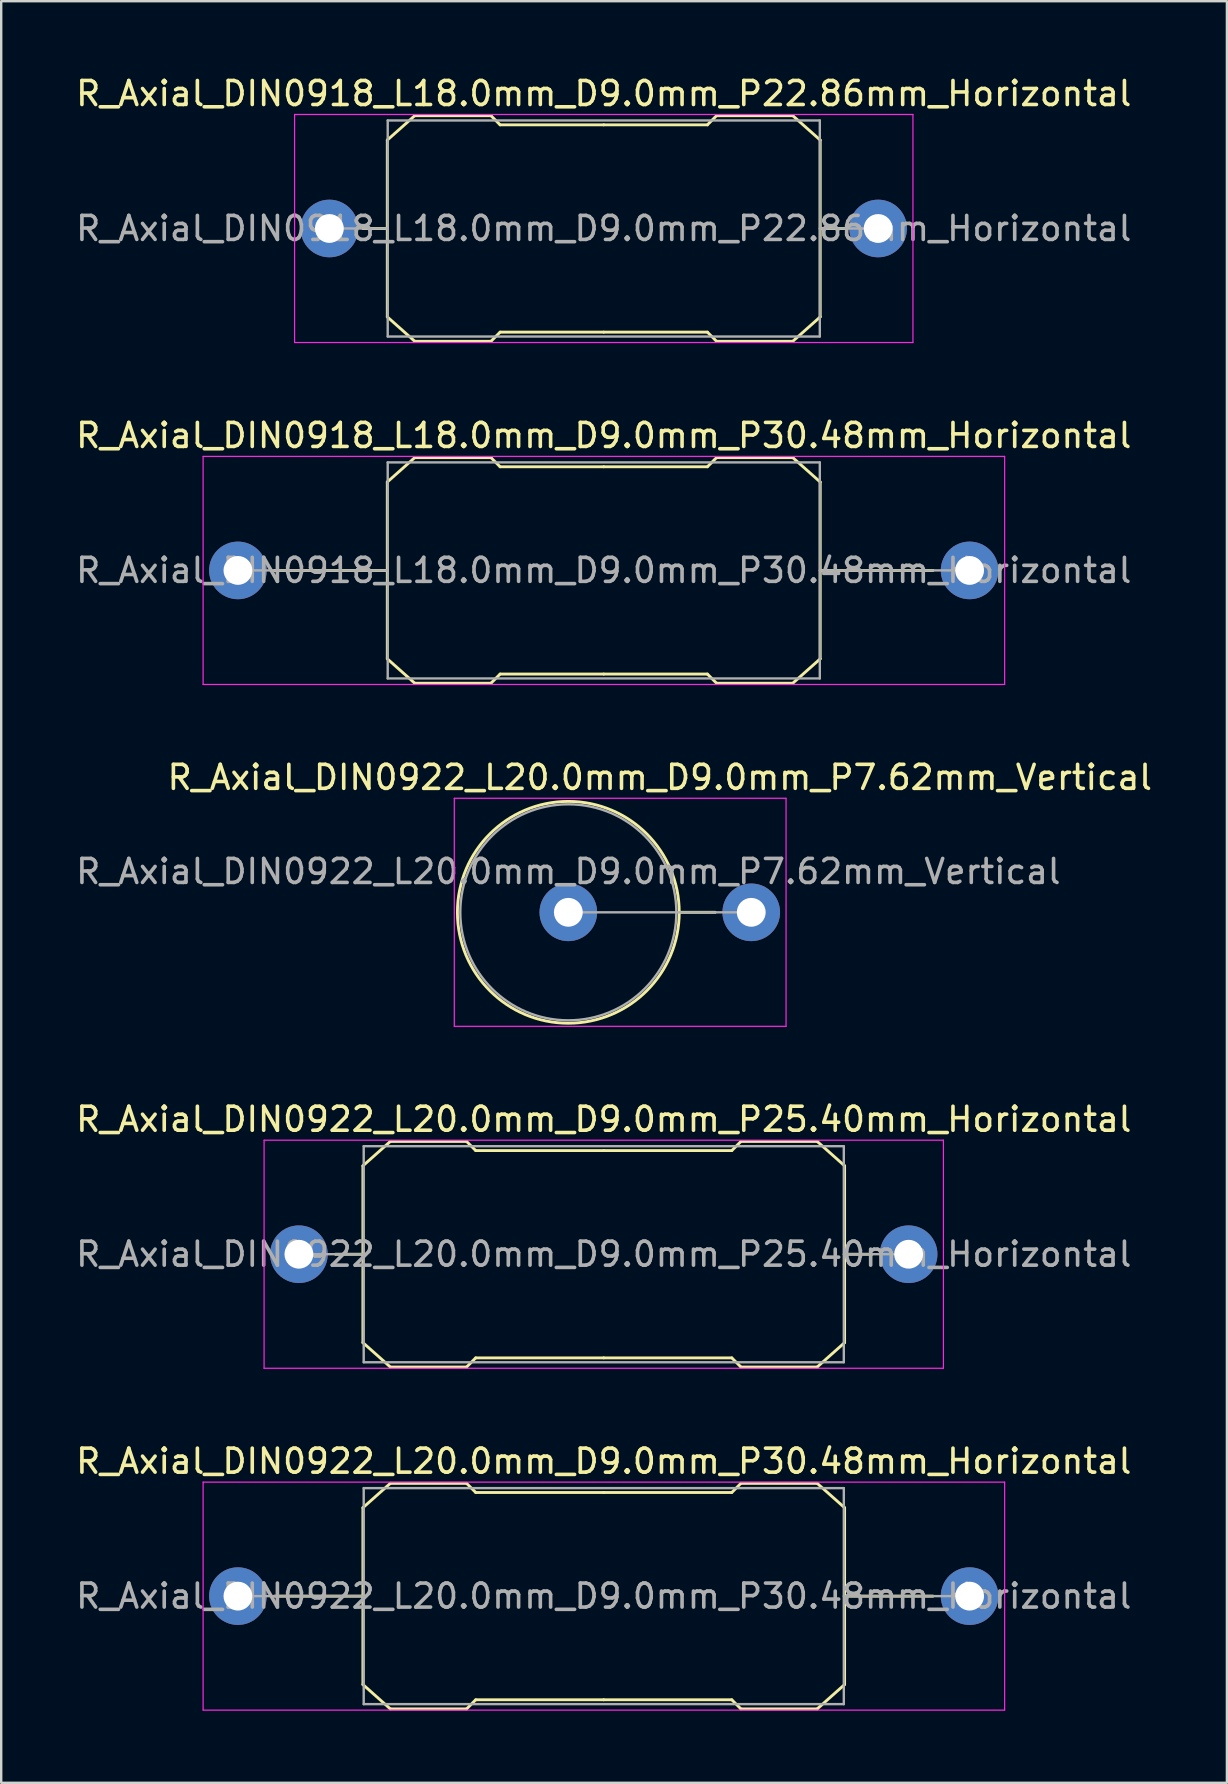
<source format=kicad_pcb>
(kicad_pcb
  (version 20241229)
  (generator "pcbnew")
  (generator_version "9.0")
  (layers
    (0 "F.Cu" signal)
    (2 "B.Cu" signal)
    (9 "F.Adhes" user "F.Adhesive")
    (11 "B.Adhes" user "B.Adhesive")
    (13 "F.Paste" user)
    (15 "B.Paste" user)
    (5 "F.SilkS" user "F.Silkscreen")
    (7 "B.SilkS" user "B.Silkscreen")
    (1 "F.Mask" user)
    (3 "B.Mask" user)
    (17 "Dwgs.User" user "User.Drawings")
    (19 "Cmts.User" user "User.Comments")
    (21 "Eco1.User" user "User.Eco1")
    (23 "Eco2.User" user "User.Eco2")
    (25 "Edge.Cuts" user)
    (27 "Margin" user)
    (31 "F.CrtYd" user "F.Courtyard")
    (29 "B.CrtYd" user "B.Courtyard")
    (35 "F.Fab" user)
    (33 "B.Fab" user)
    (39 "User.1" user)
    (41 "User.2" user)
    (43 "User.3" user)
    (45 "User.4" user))
  (footprint "R_Axial_DIN0922_L20.0mm_D9.0mm_P30.48mm_Horizontal"
    (layer "F.Cu")
    (at 6.861 63.441)
    (property "Reference" "R_Axial_DIN0922_L20.0mm_D9.0mm_P30.48mm_Horizontal" (at 15.24 -5.62 0) (layer "F.SilkS") (effects (font (size 1 1) (thickness 0.15))))
    (attr through_hole)
    (fp_line (start 5.207 -3.683) (end 5.207 3.683) (stroke (width 0.12) (type solid)) (layer "F.SilkS"))
    (fp_line (start 5.207 -3.683) (end 6.35 -4.699) (stroke (width 0.12) (type solid)) (layer "F.SilkS"))
    (fp_line (start 5.207 0) (end 1.524 0) (stroke (width 0.12) (type solid)) (layer "F.SilkS"))
    (fp_line (start 5.207 3.683) (end 6.35 4.699) (stroke (width 0.12) (type solid)) (layer "F.SilkS"))
    (fp_line (start 6.35 -4.699) (end 9.525 -4.699) (stroke (width 0.12) (type solid)) (layer "F.SilkS"))
    (fp_line (start 6.35 4.699) (end 9.525 4.699) (stroke (width 0.12) (type solid)) (layer "F.SilkS"))
    (fp_line (start 9.525 -4.699) (end 9.906 -4.318) (stroke (width 0.12) (type solid)) (layer "F.SilkS"))
    (fp_line (start 9.525 4.699) (end 9.906 4.318) (stroke (width 0.12) (type solid)) (layer "F.SilkS"))
    (fp_line (start 9.906 -4.318) (end 15.24 -4.318) (stroke (width 0.12) (type solid)) (layer "F.SilkS"))
    (fp_line (start 9.906 4.318) (end 15.24 4.318) (stroke (width 0.12) (type solid)) (layer "F.SilkS"))
    (fp_line (start 20.574 -4.318) (end 15.24 -4.318) (stroke (width 0.12) (type solid)) (layer "F.SilkS"))
    (fp_line (start 20.574 4.318) (end 15.24 4.318) (stroke (width 0.12) (type solid)) (layer "F.SilkS"))
    (fp_line (start 20.955 -4.699) (end 20.574 -4.318) (stroke (width 0.12) (type solid)) (layer "F.SilkS"))
    (fp_line (start 20.955 4.699) (end 20.574 4.318) (stroke (width 0.12) (type solid)) (layer "F.SilkS"))
    (fp_line (start 24.13 -4.699) (end 20.955 -4.699) (stroke (width 0.12) (type solid)) (layer "F.SilkS"))
    (fp_line (start 24.13 4.699) (end 20.955 4.699) (stroke (width 0.12) (type solid)) (layer "F.SilkS"))
    (fp_line (start 25.273 -3.683) (end 24.13 -4.699) (stroke (width 0.12) (type solid)) (layer "F.SilkS"))
    (fp_line (start 25.273 -3.683) (end 25.273 3.683) (stroke (width 0.12) (type solid)) (layer "F.SilkS"))
    (fp_line (start 25.273 0) (end 28.956 0) (stroke (width 0.12) (type solid)) (layer "F.SilkS"))
    (fp_line (start 25.273 3.683) (end 24.13 4.699) (stroke (width 0.12) (type solid)) (layer "F.SilkS"))
    (fp_line (start -1.45 -4.75) (end -1.45 4.75) (stroke (width 0.05) (type solid)) (layer "F.CrtYd"))
    (fp_line (start -1.45 4.75) (end 31.94 4.75) (stroke (width 0.05) (type solid)) (layer "F.CrtYd"))
    (fp_line (start 31.94 -4.75) (end -1.45 -4.75) (stroke (width 0.05) (type solid)) (layer "F.CrtYd"))
    (fp_line (start 31.94 4.75) (end 31.94 -4.75) (stroke (width 0.05) (type solid)) (layer "F.CrtYd"))
    (fp_line (start 0 0) (end 5.24 0) (stroke (width 0.1) (type solid)) (layer "F.Fab"))
    (fp_line (start 5.24 -4.5) (end 5.24 4.5) (stroke (width 0.1) (type solid)) (layer "F.Fab"))
    (fp_line (start 5.24 4.5) (end 25.24 4.5) (stroke (width 0.1) (type solid)) (layer "F.Fab"))
    (fp_line (start 25.24 -4.5) (end 5.24 -4.5) (stroke (width 0.1) (type solid)) (layer "F.Fab"))
    (fp_line (start 25.24 4.5) (end 25.24 -4.5) (stroke (width 0.1) (type solid)) (layer "F.Fab"))
    (fp_line (start 30.48 0) (end 25.24 0) (stroke (width 0.1) (type solid)) (layer "F.Fab"))
    (fp_text user "${REFERENCE}" (at 15.24 0 0) (layer "F.Fab") (effects (font (size 1 1) (thickness 0.15))))
    (pad "1" thru_hole circle (at 0 0) (size 2.4 2.4) (drill 1.2) (layers "*.Cu" "*.Mask"))
    (pad "2" thru_hole oval (at 30.48 0) (size 2.4 2.4) (drill 1.2) (layers "*.Cu" "*.Mask")))
  (footprint "R_Axial_DIN0922_L20.0mm_D9.0mm_P25.40mm_Horizontal"
    (layer "F.Cu")
    (at 9.401 49.198)
    (property "Reference" "R_Axial_DIN0922_L20.0mm_D9.0mm_P25.40mm_Horizontal" (at 12.7 -5.62 0) (layer "F.SilkS") (effects (font (size 1 1) (thickness 0.15))))
    (attr through_hole)
    (fp_line (start 2.667 -3.683) (end 2.667 3.683) (stroke (width 0.12) (type solid)) (layer "F.SilkS"))
    (fp_line (start 2.667 -3.683) (end 3.81 -4.699) (stroke (width 0.12) (type solid)) (layer "F.SilkS"))
    (fp_line (start 2.667 0) (end 1.524 0) (stroke (width 0.12) (type solid)) (layer "F.SilkS"))
    (fp_line (start 2.667 3.683) (end 3.81 4.699) (stroke (width 0.12) (type solid)) (layer "F.SilkS"))
    (fp_line (start 3.81 -4.699) (end 6.985 -4.699) (stroke (width 0.12) (type solid)) (layer "F.SilkS"))
    (fp_line (start 3.81 4.699) (end 6.985 4.699) (stroke (width 0.12) (type solid)) (layer "F.SilkS"))
    (fp_line (start 6.985 -4.699) (end 7.366 -4.318) (stroke (width 0.12) (type solid)) (layer "F.SilkS"))
    (fp_line (start 6.985 4.699) (end 7.366 4.318) (stroke (width 0.12) (type solid)) (layer "F.SilkS"))
    (fp_line (start 7.366 -4.318) (end 12.7 -4.318) (stroke (width 0.12) (type solid)) (layer "F.SilkS"))
    (fp_line (start 7.366 4.318) (end 12.7 4.318) (stroke (width 0.12) (type solid)) (layer "F.SilkS"))
    (fp_line (start 18.034 -4.318) (end 12.7 -4.318) (stroke (width 0.12) (type solid)) (layer "F.SilkS"))
    (fp_line (start 18.034 4.318) (end 12.7 4.318) (stroke (width 0.12) (type solid)) (layer "F.SilkS"))
    (fp_line (start 18.415 -4.699) (end 18.034 -4.318) (stroke (width 0.12) (type solid)) (layer "F.SilkS"))
    (fp_line (start 18.415 4.699) (end 18.034 4.318) (stroke (width 0.12) (type solid)) (layer "F.SilkS"))
    (fp_line (start 21.59 -4.699) (end 18.415 -4.699) (stroke (width 0.12) (type solid)) (layer "F.SilkS"))
    (fp_line (start 21.59 4.699) (end 18.415 4.699) (stroke (width 0.12) (type solid)) (layer "F.SilkS"))
    (fp_line (start 22.733 -3.683) (end 21.59 -4.699) (stroke (width 0.12) (type solid)) (layer "F.SilkS"))
    (fp_line (start 22.733 -3.683) (end 22.733 3.683) (stroke (width 0.12) (type solid)) (layer "F.SilkS"))
    (fp_line (start 22.733 0) (end 23.876 0) (stroke (width 0.12) (type solid)) (layer "F.SilkS"))
    (fp_line (start 22.733 3.683) (end 21.59 4.699) (stroke (width 0.12) (type solid)) (layer "F.SilkS"))
    (fp_line (start -1.45 -4.75) (end -1.45 4.75) (stroke (width 0.05) (type solid)) (layer "F.CrtYd"))
    (fp_line (start -1.45 4.75) (end 26.85 4.75) (stroke (width 0.05) (type solid)) (layer "F.CrtYd"))
    (fp_line (start 26.85 -4.75) (end -1.45 -4.75) (stroke (width 0.05) (type solid)) (layer "F.CrtYd"))
    (fp_line (start 26.85 4.75) (end 26.85 -4.75) (stroke (width 0.05) (type solid)) (layer "F.CrtYd"))
    (fp_line (start 0 0) (end 2.7 0) (stroke (width 0.1) (type solid)) (layer "F.Fab"))
    (fp_line (start 2.7 -4.5) (end 2.7 4.5) (stroke (width 0.1) (type solid)) (layer "F.Fab"))
    (fp_line (start 2.7 4.5) (end 22.7 4.5) (stroke (width 0.1) (type solid)) (layer "F.Fab"))
    (fp_line (start 22.7 -4.5) (end 2.7 -4.5) (stroke (width 0.1) (type solid)) (layer "F.Fab"))
    (fp_line (start 22.7 4.5) (end 22.7 -4.5) (stroke (width 0.1) (type solid)) (layer "F.Fab"))
    (fp_line (start 25.4 0) (end 22.7 0) (stroke (width 0.1) (type solid)) (layer "F.Fab"))
    (fp_text user "${REFERENCE}" (at 12.7 0 0) (layer "F.Fab") (effects (font (size 1 1) (thickness 0.15))))
    (pad "1" thru_hole circle (at 0 0) (size 2.4 2.4) (drill 1.2) (layers "*.Cu" "*.Mask"))
    (pad "2" thru_hole oval (at 25.4 0) (size 2.4 2.4) (drill 1.2) (layers "*.Cu" "*.Mask")))
  (footprint "R_Axial_DIN0922_L20.0mm_D9.0mm_P7.62mm_Vertical"
    (layer "F.Cu")
    (at 20.625 34.955)
    (property "Reference" "R_Axial_DIN0922_L20.0mm_D9.0mm_P7.62mm_Vertical" (at 3.81 -5.62 0) (layer "F.SilkS") (effects (font (size 1 1) (thickness 0.15))))
    (attr through_hole)
    (fp_line (start 4.62 0) (end 6.12 0) (stroke (width 0.12) (type solid)) (layer "F.SilkS"))
    (fp_circle (center 0 0) (end 4.62 0) (stroke (width 0.12) (type solid)) (fill no) (layer "F.SilkS"))
    (fp_line (start -4.75 -4.75) (end -4.75 4.75) (stroke (width 0.05) (type solid)) (layer "F.CrtYd"))
    (fp_line (start -4.75 4.75) (end 9.07 4.75) (stroke (width 0.05) (type solid)) (layer "F.CrtYd"))
    (fp_line (start 9.07 -4.75) (end -4.75 -4.75) (stroke (width 0.05) (type solid)) (layer "F.CrtYd"))
    (fp_line (start 9.07 4.75) (end 9.07 -4.75) (stroke (width 0.05) (type solid)) (layer "F.CrtYd"))
    (fp_line (start 0 0) (end 7.62 0) (stroke (width 0.1) (type solid)) (layer "F.Fab"))
    (fp_circle (center 0 0) (end 4.5 0) (stroke (width 0.1) (type solid)) (fill no) (layer "F.Fab"))
    (fp_text user "${REFERENCE}" (at 0 -1.7 0) (layer "F.Fab") (effects (font (size 1 1) (thickness 0.15))))
    (pad "1" thru_hole circle (at 0 0) (size 2.4 2.4) (drill 1.2) (layers "*.Cu" "*.Mask"))
    (pad "2" thru_hole oval (at 7.62 0) (size 2.4 2.4) (drill 1.2) (layers "*.Cu" "*.Mask")))
  (footprint "R_Axial_DIN0918_L18.0mm_D9.0mm_P30.48mm_Horizontal"
    (layer "F.Cu")
    (at 6.861 20.712)
    (property "Reference" "R_Axial_DIN0918_L18.0mm_D9.0mm_P30.48mm_Horizontal" (at 15.24 -5.62 0) (layer "F.SilkS") (effects (font (size 1 1) (thickness 0.15))))
    (attr through_hole)
    (fp_line (start 6.223 -3.683) (end 6.223 3.683) (stroke (width 0.12) (type solid)) (layer "F.SilkS"))
    (fp_line (start 6.223 -3.683) (end 7.366 -4.699) (stroke (width 0.12) (type solid)) (layer "F.SilkS"))
    (fp_line (start 6.223 0) (end 1.524 0) (stroke (width 0.12) (type solid)) (layer "F.SilkS"))
    (fp_line (start 6.223 3.683) (end 7.366 4.699) (stroke (width 0.12) (type solid)) (layer "F.SilkS"))
    (fp_line (start 7.366 -4.699) (end 10.541 -4.699) (stroke (width 0.12) (type solid)) (layer "F.SilkS"))
    (fp_line (start 7.366 4.699) (end 10.541 4.699) (stroke (width 0.12) (type solid)) (layer "F.SilkS"))
    (fp_line (start 10.541 -4.699) (end 10.922 -4.318) (stroke (width 0.12) (type solid)) (layer "F.SilkS"))
    (fp_line (start 10.541 4.699) (end 10.922 4.318) (stroke (width 0.12) (type solid)) (layer "F.SilkS"))
    (fp_line (start 10.922 -4.318) (end 15.24 -4.318) (stroke (width 0.12) (type solid)) (layer "F.SilkS"))
    (fp_line (start 10.922 4.318) (end 15.24 4.318) (stroke (width 0.12) (type solid)) (layer "F.SilkS"))
    (fp_line (start 19.558 -4.318) (end 15.24 -4.318) (stroke (width 0.12) (type solid)) (layer "F.SilkS"))
    (fp_line (start 19.558 4.318) (end 15.24 4.318) (stroke (width 0.12) (type solid)) (layer "F.SilkS"))
    (fp_line (start 19.939 -4.699) (end 19.558 -4.318) (stroke (width 0.12) (type solid)) (layer "F.SilkS"))
    (fp_line (start 19.939 4.699) (end 19.558 4.318) (stroke (width 0.12) (type solid)) (layer "F.SilkS"))
    (fp_line (start 23.114 -4.699) (end 19.939 -4.699) (stroke (width 0.12) (type solid)) (layer "F.SilkS"))
    (fp_line (start 23.114 4.699) (end 19.939 4.699) (stroke (width 0.12) (type solid)) (layer "F.SilkS"))
    (fp_line (start 24.257 -3.683) (end 23.114 -4.699) (stroke (width 0.12) (type solid)) (layer "F.SilkS"))
    (fp_line (start 24.257 -3.683) (end 24.257 3.683) (stroke (width 0.12) (type solid)) (layer "F.SilkS"))
    (fp_line (start 24.257 0) (end 28.956 0) (stroke (width 0.12) (type solid)) (layer "F.SilkS"))
    (fp_line (start 24.257 3.683) (end 23.114 4.699) (stroke (width 0.12) (type solid)) (layer "F.SilkS"))
    (fp_line (start -1.45 -4.75) (end -1.45 4.75) (stroke (width 0.05) (type solid)) (layer "F.CrtYd"))
    (fp_line (start -1.45 4.75) (end 31.94 4.75) (stroke (width 0.05) (type solid)) (layer "F.CrtYd"))
    (fp_line (start 31.94 -4.75) (end -1.45 -4.75) (stroke (width 0.05) (type solid)) (layer "F.CrtYd"))
    (fp_line (start 31.94 4.75) (end 31.94 -4.75) (stroke (width 0.05) (type solid)) (layer "F.CrtYd"))
    (fp_line (start 0 0) (end 6.24 0) (stroke (width 0.1) (type solid)) (layer "F.Fab"))
    (fp_line (start 6.24 -4.5) (end 6.24 4.5) (stroke (width 0.1) (type solid)) (layer "F.Fab"))
    (fp_line (start 6.24 4.5) (end 24.24 4.5) (stroke (width 0.1) (type solid)) (layer "F.Fab"))
    (fp_line (start 24.24 -4.5) (end 6.24 -4.5) (stroke (width 0.1) (type solid)) (layer "F.Fab"))
    (fp_line (start 24.24 4.5) (end 24.24 -4.5) (stroke (width 0.1) (type solid)) (layer "F.Fab"))
    (fp_line (start 30.48 0) (end 24.24 0) (stroke (width 0.1) (type solid)) (layer "F.Fab"))
    (fp_text user "${REFERENCE}" (at 15.24 0 0) (layer "F.Fab") (effects (font (size 1 1) (thickness 0.15))))
    (pad "1" thru_hole circle (at 0 0) (size 2.4 2.4) (drill 1.2) (layers "*.Cu" "*.Mask"))
    (pad "2" thru_hole oval (at 30.48 0) (size 2.4 2.4) (drill 1.2) (layers "*.Cu" "*.Mask")))
  (footprint "R_Axial_DIN0918_L18.0mm_D9.0mm_P22.86mm_Horizontal"
    (layer "F.Cu")
    (at 10.671 6.468)
    (property "Reference" "R_Axial_DIN0918_L18.0mm_D9.0mm_P22.86mm_Horizontal" (at 11.43 -5.62 0) (layer "F.SilkS") (effects (font (size 1 1) (thickness 0.15))))
    (attr through_hole)
    (fp_line (start 2.413 -3.683) (end 2.413 3.683) (stroke (width 0.12) (type solid)) (layer "F.SilkS"))
    (fp_line (start 2.413 -3.683) (end 3.556 -4.699) (stroke (width 0.12) (type solid)) (layer "F.SilkS"))
    (fp_line (start 2.413 0) (end 1.397 0) (stroke (width 0.12) (type solid)) (layer "F.SilkS"))
    (fp_line (start 2.413 3.683) (end 3.556 4.699) (stroke (width 0.12) (type solid)) (layer "F.SilkS"))
    (fp_line (start 3.556 -4.699) (end 6.731 -4.699) (stroke (width 0.12) (type solid)) (layer "F.SilkS"))
    (fp_line (start 3.556 4.699) (end 6.731 4.699) (stroke (width 0.12) (type solid)) (layer "F.SilkS"))
    (fp_line (start 6.731 -4.699) (end 7.112 -4.318) (stroke (width 0.12) (type solid)) (layer "F.SilkS"))
    (fp_line (start 6.731 4.699) (end 7.112 4.318) (stroke (width 0.12) (type solid)) (layer "F.SilkS"))
    (fp_line (start 7.112 -4.318) (end 11.43 -4.318) (stroke (width 0.12) (type solid)) (layer "F.SilkS"))
    (fp_line (start 7.112 4.318) (end 11.43 4.318) (stroke (width 0.12) (type solid)) (layer "F.SilkS"))
    (fp_line (start 15.748 -4.318) (end 11.43 -4.318) (stroke (width 0.12) (type solid)) (layer "F.SilkS"))
    (fp_line (start 15.748 4.318) (end 11.43 4.318) (stroke (width 0.12) (type solid)) (layer "F.SilkS"))
    (fp_line (start 16.129 -4.699) (end 15.748 -4.318) (stroke (width 0.12) (type solid)) (layer "F.SilkS"))
    (fp_line (start 16.129 4.699) (end 15.748 4.318) (stroke (width 0.12) (type solid)) (layer "F.SilkS"))
    (fp_line (start 19.304 -4.699) (end 16.129 -4.699) (stroke (width 0.12) (type solid)) (layer "F.SilkS"))
    (fp_line (start 19.304 4.699) (end 16.129 4.699) (stroke (width 0.12) (type solid)) (layer "F.SilkS"))
    (fp_line (start 20.447 -3.683) (end 19.304 -4.699) (stroke (width 0.12) (type solid)) (layer "F.SilkS"))
    (fp_line (start 20.447 -3.683) (end 20.447 3.683) (stroke (width 0.12) (type solid)) (layer "F.SilkS"))
    (fp_line (start 20.447 0) (end 21.463 0) (stroke (width 0.12) (type solid)) (layer "F.SilkS"))
    (fp_line (start 20.447 3.683) (end 19.304 4.699) (stroke (width 0.12) (type solid)) (layer "F.SilkS"))
    (fp_line (start -1.45 -4.75) (end -1.45 4.75) (stroke (width 0.05) (type solid)) (layer "F.CrtYd"))
    (fp_line (start -1.45 4.75) (end 24.31 4.75) (stroke (width 0.05) (type solid)) (layer "F.CrtYd"))
    (fp_line (start 24.31 -4.75) (end -1.45 -4.75) (stroke (width 0.05) (type solid)) (layer "F.CrtYd"))
    (fp_line (start 24.31 4.75) (end 24.31 -4.75) (stroke (width 0.05) (type solid)) (layer "F.CrtYd"))
    (fp_line (start 0 0) (end 2.43 0) (stroke (width 0.1) (type solid)) (layer "F.Fab"))
    (fp_line (start 2.43 -4.5) (end 2.43 4.5) (stroke (width 0.1) (type solid)) (layer "F.Fab"))
    (fp_line (start 2.43 4.5) (end 20.43 4.5) (stroke (width 0.1) (type solid)) (layer "F.Fab"))
    (fp_line (start 20.43 -4.5) (end 2.43 -4.5) (stroke (width 0.1) (type solid)) (layer "F.Fab"))
    (fp_line (start 20.43 4.5) (end 20.43 -4.5) (stroke (width 0.1) (type solid)) (layer "F.Fab"))
    (fp_line (start 22.86 0) (end 20.43 0) (stroke (width 0.1) (type solid)) (layer "F.Fab"))
    (fp_text user "${REFERENCE}" (at 11.43 0 0) (layer "F.Fab") (effects (font (size 1 1) (thickness 0.15))))
    (pad "1" thru_hole circle (at 0 0) (size 2.4 2.4) (drill 1.2) (layers "*.Cu" "*.Mask"))
    (pad "2" thru_hole oval (at 22.86 0) (size 2.4 2.4) (drill 1.2) (layers "*.Cu" "*.Mask")))
  (gr_rect
    (start -3 -3)
    (end 48.06 71.216)
    (stroke (width 0.1) (type default))
    (fill no)
    (layer "Edge.Cuts")))
</source>
